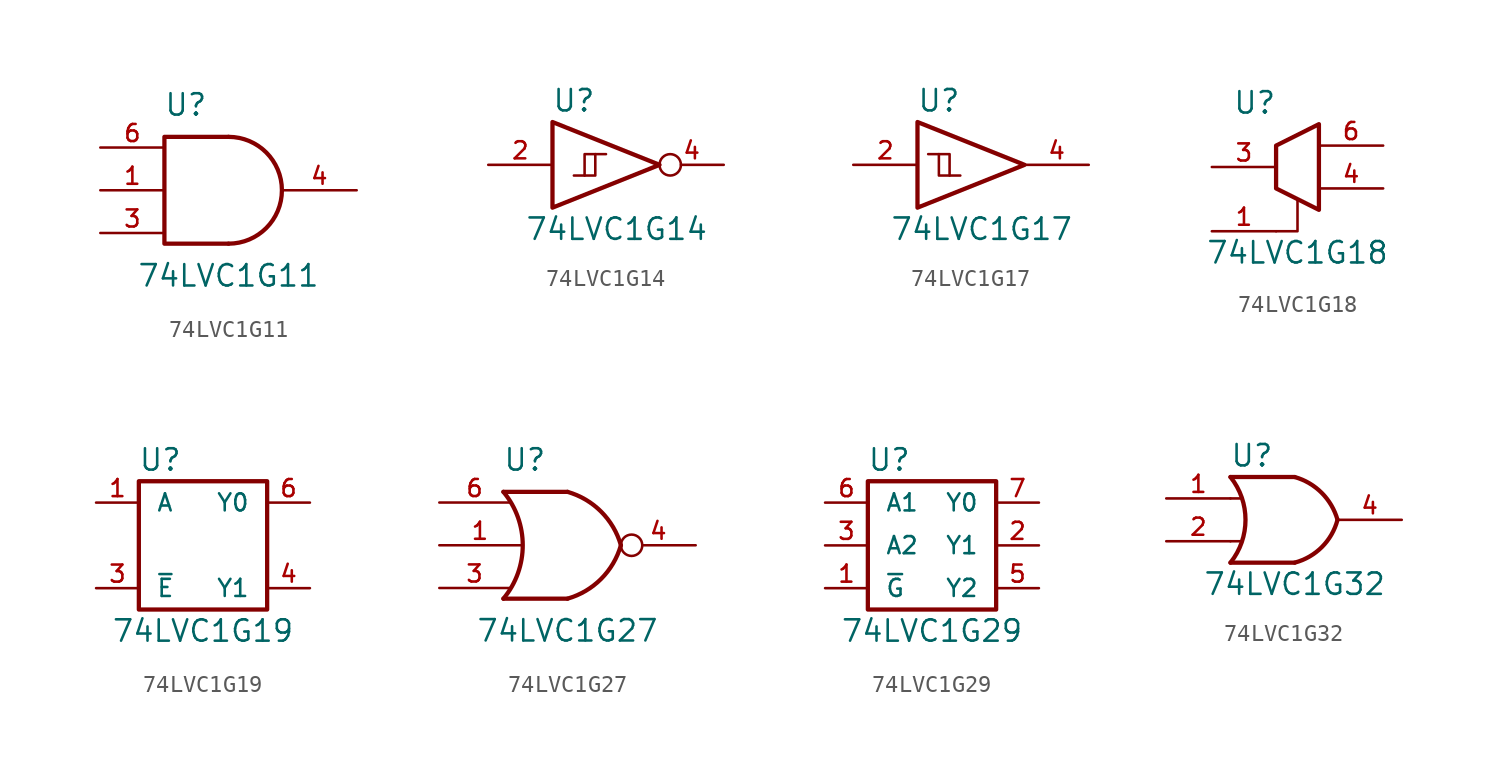
<source format=kicad_sym>
(kicad_symbol_lib
  (version 20200908)
  (generator kicad_symbol_editor)
  (symbol "74xGxx:74LVC1G11"
    (pin_names
      (offset 1.016))
    (property "Reference" "U"
      (at -2.54 5.08 0)
      (effects (font (size 1.27 1.27))))
    (property "Value" "74LVC1G11"
      (at 0 -5.08 0)
      (effects (font (size 1.27 1.27))))
    (symbol "74LVC1G11_0_1"
      (arc (start 0 -3.175) (end 0 3.175) (radius (at 0 0) (length 3.175) (angles -89.9 89.9)) (stroke (width 0.254)) (fill (type none)))
      (polyline (pts (xy 0 -3.175) (xy -3.81 -3.175) (xy -3.81 3.175) (xy 0 3.175)) (stroke (width 0.254)) (fill (type none))))
    (symbol "74LVC1G11_1_1"
      (pin input line (at -7.62 0 0) (length 3.81) (name "~" (effects (font (size 1.016 1.016)))) (number "1" (effects (font (size 1.016 1.016)))))
      (pin power_in line (at 0 -3.175 270) (length 0) hide (name "GND" (effects (font (size 1.016 1.016)))) (number "2" (effects (font (size 1.016 1.016)))))
      (pin input line (at -7.62 -2.54 0) (length 3.81) (name "~" (effects (font (size 1.016 1.016)))) (number "3" (effects (font (size 1.016 1.016)))))
      (pin output line (at 7.62 0 180) (length 4.445) (name "~" (effects (font (size 1.016 1.016)))) (number "4" (effects (font (size 1.016 1.016)))))
      (pin power_in line (at 0 3.175 90) (length 0) hide (name "VCC" (effects (font (size 1.016 1.016)))) (number "5" (effects (font (size 1.016 1.016)))))
      (pin input line (at -7.62 2.54 0) (length 3.81) (name "~" (effects (font (size 1.016 1.016)))) (number "6" (effects (font (size 1.016 1.016)))))))
  (symbol "74xGxx:74LVC1G14"
    (pin_names
      (offset 1.016))
    (property "Reference" "U"
      (at -2.54 3.81 0)
      (effects (font (size 1.27 1.27))))
    (property "Value" "74LVC1G14"
      (at 0 -3.81 0)
      (effects (font (size 1.27 1.27))))
    (symbol "74LVC1G14_0_1"
      (polyline (pts (xy -1.905 -0.635) (xy -1.27 -0.635) (xy -1.27 0.635)) (stroke (width 0)) (fill (type none)))
      (polyline (pts (xy -3.81 2.54) (xy -3.81 -2.54) (xy 2.54 0) (xy -3.81 2.54)) (stroke (width 0.254)) (fill (type none)))
      (polyline (pts (xy -2.54 -0.635) (xy -1.905 -0.635) (xy -1.905 0.635) (xy -0.635 0.635)) (stroke (width 0)) (fill (type none))))
    (symbol "74LVC1G14_1_1"
      (pin input line (at -7.62 0 0) (length 3.81) (name "~" (effects (font (size 1.016 1.016)))) (number "2" (effects (font (size 1.016 1.016)))))
      (pin power_in line (at 0 -2.54 270) (length 0) hide (name "GND" (effects (font (size 1.016 1.016)))) (number "3" (effects (font (size 1.016 1.016)))))
      (pin output inverted (at 6.35 0 180) (length 3.81) (name "~" (effects (font (size 1.016 1.016)))) (number "4" (effects (font (size 1.016 1.016)))))
      (pin power_in line (at 0 2.54 90) (length 0) hide (name "VCC" (effects (font (size 1.016 1.016)))) (number "5" (effects (font (size 1.016 1.016)))))))
  (symbol "74xGxx:74LVC1G17"
    (pin_names
      (offset 1.016))
    (property "Reference" "U"
      (at -2.54 3.81 0)
      (effects (font (size 1.27 1.27))))
    (property "Value" "74LVC1G17"
      (at 0 -3.81 0)
      (effects (font (size 1.27 1.27))))
    (symbol "74LVC1G17_0_1"
      (polyline (pts (xy -2.54 0.635) (xy -1.905 0.635) (xy -1.905 -0.635)) (stroke (width 0)) (fill (type none)))
      (polyline (pts (xy -3.81 2.54) (xy -3.81 -2.54) (xy 2.54 0) (xy -3.81 2.54)) (stroke (width 0.254)) (fill (type none)))
      (polyline (pts (xy -3.175 0.635) (xy -2.54 0.635) (xy -2.54 -0.635) (xy -1.27 -0.635)) (stroke (width 0)) (fill (type none))))
    (symbol "74LVC1G17_1_1"
      (pin input line (at -7.62 0 0) (length 3.81) (name "~" (effects (font (size 1.016 1.016)))) (number "2" (effects (font (size 1.016 1.016)))))
      (pin power_in line (at 0 -2.54 270) (length 0) hide (name "GND" (effects (font (size 1.016 1.016)))) (number "3" (effects (font (size 1.016 1.016)))))
      (pin output line (at 6.35 0 180) (length 3.81) (name "~" (effects (font (size 1.016 1.016)))) (number "4" (effects (font (size 1.016 1.016)))))
      (pin power_in line (at 0 2.54 90) (length 0) hide (name "VCC" (effects (font (size 1.016 1.016)))) (number "5" (effects (font (size 1.016 1.016)))))))
  (symbol "74xGxx:74LVC1G18"
    (pin_names
      (offset 1.016))
    (property "Reference" "U"
      (at -2.54 3.81 0)
      (effects (font (size 1.27 1.27))))
    (property "Value" "74LVC1G18"
      (at 0 -5.08 0)
      (effects (font (size 1.27 1.27))))
    (symbol "74LVC1G18_0_1"
      (polyline (pts (xy -1.27 -3.81) (xy 0 -3.81) (xy 0 -1.905)) (stroke (width 0)) (fill (type none)))
      (polyline (pts (xy -1.27 1.27) (xy -1.27 -1.27) (xy 1.27 -2.54) (xy 1.27 -0.635) (xy 1.27 0) (xy 1.27 0.635) (xy 1.27 2.54) (xy -1.27 1.27)) (stroke (width 0.254)) (fill (type none))))
    (symbol "74LVC1G18_1_1"
      (pin input line (at -5.08 -3.81 0) (length 3.81) (name "~" (effects (font (size 1.016 1.016)))) (number "1" (effects (font (size 1.016 1.016)))))
      (pin power_in line (at 1.27 -2.54 270) (length 0) hide (name "GND" (effects (font (size 1.016 1.016)))) (number "2" (effects (font (size 1.016 1.016)))))
      (pin input line (at -5.08 0 0) (length 3.81) (name "~" (effects (font (size 1.016 1.016)))) (number "3" (effects (font (size 1.016 1.016)))))
      (pin tri_state line (at 5.08 -1.27 180) (length 3.81) (name "~" (effects (font (size 1.016 1.016)))) (number "4" (effects (font (size 1.016 1.016)))))
      (pin power_in line (at 1.27 2.54 90) (length 0) hide (name "VCC" (effects (font (size 1.016 1.016)))) (number "5" (effects (font (size 1.016 1.016)))))
      (pin tri_state line (at 5.08 1.27 180) (length 3.81) (name "~" (effects (font (size 1.016 1.016)))) (number "6" (effects (font (size 1.016 1.016)))))))
  (symbol "74xGxx:74LVC1G19"
    (pin_names
      (offset 1.016))
    (property "Reference" "U"
      (at -2.54 5.08 0)
      (effects (font (size 1.27 1.27))))
    (property "Value" "74LVC1G19"
      (at 0 -5.08 0)
      (effects (font (size 1.27 1.27))))
    (symbol "74LVC1G19_0_1"
      (rectangle (start -3.81 3.81) (end 3.81 -3.81) (stroke (width 0.254)) (fill (type none))))
    (symbol "74LVC1G19_1_1"
      (pin input line (at -6.35 2.54 0) (length 2.54) (name "A" (effects (font (size 1.016 1.016)))) (number "1" (effects (font (size 1.016 1.016)))))
      (pin power_in line (at 0 -3.81 270) (length 0) hide (name "GND" (effects (font (size 1.016 1.016)))) (number "2" (effects (font (size 1.016 1.016)))))
      (pin input line (at -6.35 -2.54 0) (length 2.54) (name "~E" (effects (font (size 1.016 1.016)))) (number "3" (effects (font (size 1.016 1.016)))))
      (pin output line (at 6.35 -2.54 180) (length 2.54) (name "Y1" (effects (font (size 1.016 1.016)))) (number "4" (effects (font (size 1.016 1.016)))))
      (pin power_in line (at 0 3.81 90) (length 0) hide (name "VCC" (effects (font (size 1.016 1.016)))) (number "5" (effects (font (size 1.016 1.016)))))
      (pin output line (at 6.35 2.54 180) (length 2.54) (name "Y0" (effects (font (size 1.016 1.016)))) (number "6" (effects (font (size 1.016 1.016)))))))
  (symbol "74xGxx:74LVC1G27"
    (pin_names
      (offset 1.016))
    (property "Reference" "U"
      (at -2.54 5.08 0)
      (effects (font (size 1.27 1.27))))
    (property "Value" "74LVC1G27"
      (at 0 -5.08 0)
      (effects (font (size 1.27 1.27))))
    (symbol "74LVC1G27_0_1"
      (arc (start -3.81 3.175) (end -3.81 -3.175) (radius (at -7.62 0) (length 4.953) (angles 39.8 -39.8)) (stroke (width 0.254)) (fill (type none)))
      (arc (start 0 3.175) (end 3.175 0) (radius (at -1.27 -1.27) (length 4.6228) (angles 74 15.9)) (stroke (width 0.254)) (fill (type none)))
      (arc (start 0 -3.175) (end 3.175 0) (radius (at -1.27 1.27) (length 4.6228) (angles -74 -15.9)) (stroke (width 0.254)) (fill (type none)))
      (polyline (pts (xy 0 -3.175) (xy -3.81 -3.175)) (stroke (width 0.254)) (fill (type none)))
      (polyline (pts (xy 0 3.175) (xy -3.81 3.175)) (stroke (width 0.254)) (fill (type none))))
    (symbol "74LVC1G27_1_1"
      (pin input line (at -7.62 0 0) (length 4.826) (name "~" (effects (font (size 1.016 1.016)))) (number "1" (effects (font (size 1.016 1.016)))))
      (pin power_in line (at 0 -3.175 270) (length 0) hide (name "GND" (effects (font (size 1.016 1.016)))) (number "2" (effects (font (size 1.016 1.016)))))
      (pin input line (at -7.62 -2.54 0) (length 4.191) (name "~" (effects (font (size 1.016 1.016)))) (number "3" (effects (font (size 1.016 1.016)))))
      (pin output inverted (at 7.62 0 180) (length 4.445) (name "~" (effects (font (size 1.016 1.016)))) (number "4" (effects (font (size 1.016 1.016)))))
      (pin power_in line (at 0 3.175 90) (length 0) hide (name "VCC" (effects (font (size 1.016 1.016)))) (number "5" (effects (font (size 1.016 1.016)))))
      (pin input line (at -7.62 2.54 0) (length 4.191) (name "~" (effects (font (size 1.016 1.016)))) (number "6" (effects (font (size 1.016 1.016)))))))
  (symbol "74xGxx:74LVC1G29"
    (pin_names
      (offset 1.016))
    (property "Reference" "U"
      (at -2.54 5.08 0)
      (effects (font (size 1.27 1.27))))
    (property "Value" "74LVC1G29"
      (at 0 -5.08 0)
      (effects (font (size 1.27 1.27))))
    (symbol "74LVC1G29_0_1"
      (rectangle (start -3.81 3.81) (end 3.81 -3.81) (stroke (width 0.254)) (fill (type none))))
    (symbol "74LVC1G29_1_1"
      (pin input line (at -6.35 -2.54 0) (length 2.54) (name "~G" (effects (font (size 1.016 1.016)))) (number "1" (effects (font (size 1.016 1.016)))))
      (pin output line (at 6.35 0 180) (length 2.54) (name "Y1" (effects (font (size 1.016 1.016)))) (number "2" (effects (font (size 1.016 1.016)))))
      (pin input line (at -6.35 0 0) (length 2.54) (name "A2" (effects (font (size 1.016 1.016)))) (number "3" (effects (font (size 1.016 1.016)))))
      (pin power_in line (at 0 -3.81 270) (length 0) hide (name "GND" (effects (font (size 1.016 1.016)))) (number "4" (effects (font (size 1.016 1.016)))))
      (pin output line (at 6.35 -2.54 180) (length 2.54) (name "Y2" (effects (font (size 1.016 1.016)))) (number "5" (effects (font (size 1.016 1.016)))))
      (pin input line (at -6.35 2.54 0) (length 2.54) (name "A1" (effects (font (size 1.016 1.016)))) (number "6" (effects (font (size 1.016 1.016)))))
      (pin output line (at 6.35 2.54 180) (length 2.54) (name "Y0" (effects (font (size 1.016 1.016)))) (number "7" (effects (font (size 1.016 1.016)))))
      (pin power_in line (at 0 3.81 90) (length 0) hide (name "VCC" (effects (font (size 1.016 1.016)))) (number "8" (effects (font (size 1.016 1.016)))))))
  (symbol "74xGxx:74LVC1G32"
    (pin_names
      (offset 1.016))
    (property "Reference" "U"
      (at -2.54 3.81 0)
      (effects (font (size 1.27 1.27))))
    (property "Value" "74LVC1G32"
      (at 0 -3.81 0)
      (effects (font (size 1.27 1.27))))
    (symbol "74LVC1G32_0_1"
      (arc (start -3.81 2.54) (end -3.81 -2.54) (radius (at -6.985 0) (length 4.064) (angles 38.6 -38.6)) (stroke (width 0.254)) (fill (type none)))
      (arc (start 0 2.54) (end 2.54 0) (radius (at -0.9652 -0.9398) (length 3.6068) (angles 74.4 15)) (stroke (width 0.254)) (fill (type none)))
      (arc (start 0 -2.54) (end 2.54 0) (radius (at -0.9652 0.9398) (length 3.6068) (angles -74.4 -15)) (stroke (width 0.254)) (fill (type none)))
      (polyline (pts (xy -3.81 -1.27) (xy -3.175 -1.27)) (stroke (width 0)) (fill (type none)))
      (polyline (pts (xy -3.81 1.27) (xy -3.175 1.27)) (stroke (width 0)) (fill (type none)))
      (polyline (pts (xy 0 -2.54) (xy -3.81 -2.54)) (stroke (width 0.254)) (fill (type background)))
      (polyline (pts (xy 0 2.54) (xy -3.81 2.54)) (stroke (width 0.254)) (fill (type background))))
    (symbol "74LVC1G32_1_1"
      (pin input line (at -7.62 1.27 0) (length 3.81) (name "~" (effects (font (size 1.016 1.016)))) (number "1" (effects (font (size 1.016 1.016)))))
      (pin input line (at -7.62 -1.27 0) (length 3.81) (name "~" (effects (font (size 1.016 1.016)))) (number "2" (effects (font (size 1.016 1.016)))))
      (pin power_in line (at 0 -2.54 270) (length 0) hide (name "GND" (effects (font (size 1.016 1.016)))) (number "3" (effects (font (size 1.016 1.016)))))
      (pin output line (at 6.35 0 180) (length 3.81) (name "~" (effects (font (size 1.016 1.016)))) (number "4" (effects (font (size 1.016 1.016)))))
      (pin power_in line (at 0 2.54 90) (length 0) hide (name "VCC" (effects (font (size 1.016 1.016)))) (number "5" (effects (font (size 1.016 1.016))))))))
</source>
